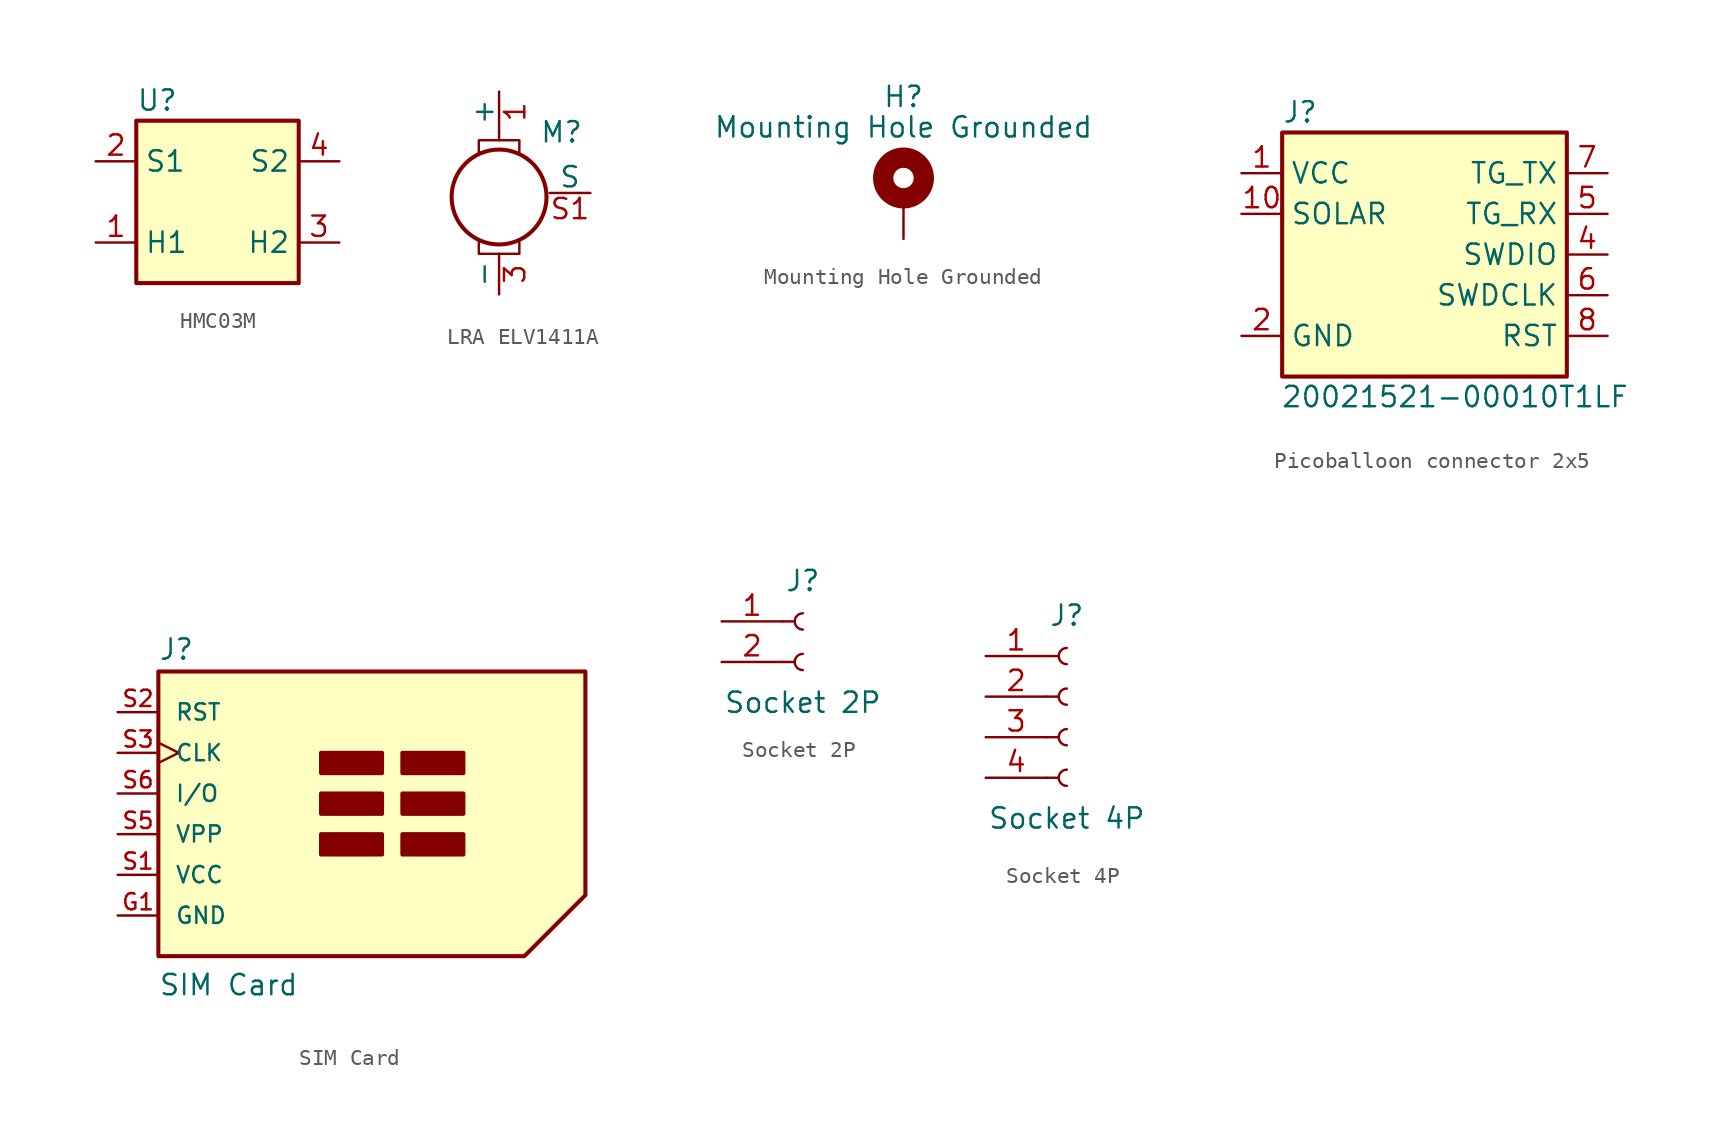
<source format=kicad_sym>
(kicad_symbol_lib
  (version 20231120)
  (generator "kicad_symbol_editor")
  (generator_version "8.0")
  (symbol "HMC03M"
    (property "Reference" "U"
      (at -5.08 6.35 0)
      (effects (font (size 1.27 1.27)) (justify left)))
    (property "Value" ""
      (at 0 0 0)
      (effects (font (size 1.27 1.27))))
    (symbol "HMC03M_1_1"
      (rectangle (start -5.08 5.08) (end 5.08 -5.08) (stroke (width 0.254) (type default)) (fill (type background)))
      (pin power_in line (at -7.62 -2.54 0) (length 2.54) (name "H1" (effects (font (size 1.27 1.27)))) (number "1" (effects (font (size 1.27 1.27)))))
      (pin passive line (at -7.62 2.54 0) (length 2.54) (name "S1" (effects (font (size 1.27 1.27)))) (number "2" (effects (font (size 1.27 1.27)))))
      (pin power_in line (at 7.62 -2.54 180) (length 2.54) (name "H2" (effects (font (size 1.27 1.27)))) (number "3" (effects (font (size 1.27 1.27)))))
      (pin passive line (at 7.62 2.54 180) (length 2.54) (name "S2" (effects (font (size 1.27 1.27)))) (number "4" (effects (font (size 1.27 1.27)))))))
  (symbol "LRA ELV1411A"
    (pin_names
      (offset 0))
    (property "Reference" "M"
      (at 2.54 2.54 0)
      (effects (font (size 1.27 1.27)) (justify left)))
    (symbol "LRA ELV1411A_0_0"
      (circle (center 0 -1.524) (radius 2.972) (stroke (width 0.254) (type default)) (fill (type none)))
      (polyline (pts (xy -1.27 -4.318) (xy -1.27 -5.08) (xy 1.27 -5.08) (xy 1.27 -4.318)) (stroke (width 0) (type default)) (fill (type none)))
      (polyline (pts (xy -1.27 1.27) (xy -1.27 2.032) (xy 1.27 2.032) (xy 1.27 1.27)) (stroke (width 0) (type default)) (fill (type none))))
    (symbol "LRA ELV1411A_0_1"
      (polyline (pts (xy 0 2.032) (xy 0 2.54)) (stroke (width 0) (type default)) (fill (type none))))
    (symbol "LRA ELV1411A_1_1"
      (pin passive line (at 0 5.08 270) (length 2.54) (name "+" (effects (font (size 1.27 1.27)))) (number "1" (effects (font (size 1.27 1.27)))))
      (pin passive line (at 0 5.08 270) (length 2.54) hide (name "+" (effects (font (size 1.27 1.27)))) (number "2" (effects (font (size 1.27 1.27)))))
      (pin passive line (at 0 -7.62 90) (length 2.54) (name "-" (effects (font (size 1.27 1.27)))) (number "3" (effects (font (size 1.27 1.27)))))
      (pin passive line (at 0 -7.62 90) (length 2.54) hide (name "-" (effects (font (size 1.27 1.27)))) (number "4" (effects (font (size 1.27 1.27)))))
      (pin passive line (at 5.715 -1.27 180) (length 2.54) (name "S" (effects (font (size 1.27 1.27)))) (number "S1" (effects (font (size 1.27 1.27)))))
      (pin passive line (at 5.715 -1.27 180) (length 2.54) hide (name "S" (effects (font (size 1.27 1.27)))) (number "S10" (effects (font (size 1.27 1.27)))))
      (pin passive line (at 5.715 -1.27 180) (length 2.54) hide (name "S" (effects (font (size 1.27 1.27)))) (number "S11" (effects (font (size 1.27 1.27)))))
      (pin passive line (at 5.715 -1.27 180) (length 2.54) hide (name "S" (effects (font (size 1.27 1.27)))) (number "S12" (effects (font (size 1.27 1.27)))))
      (pin passive line (at 5.715 -1.27 180) (length 2.54) hide (name "S" (effects (font (size 1.27 1.27)))) (number "S2" (effects (font (size 1.27 1.27)))))
      (pin passive line (at 5.715 -1.27 180) (length 2.54) hide (name "S" (effects (font (size 1.27 1.27)))) (number "S3" (effects (font (size 1.27 1.27)))))
      (pin passive line (at 5.715 -1.27 180) (length 2.54) hide (name "S" (effects (font (size 1.27 1.27)))) (number "S4" (effects (font (size 1.27 1.27)))))
      (pin passive line (at 5.715 -1.27 180) (length 2.54) hide (name "S" (effects (font (size 1.27 1.27)))) (number "S5" (effects (font (size 1.27 1.27)))))
      (pin passive line (at 5.715 -1.27 180) (length 2.54) hide (name "S" (effects (font (size 1.27 1.27)))) (number "S6" (effects (font (size 1.27 1.27)))))
      (pin passive line (at 5.715 -1.27 180) (length 2.54) hide (name "S" (effects (font (size 1.27 1.27)))) (number "S7" (effects (font (size 1.27 1.27)))))
      (pin passive line (at 5.715 -1.27 180) (length 2.54) hide (name "S" (effects (font (size 1.27 1.27)))) (number "S8" (effects (font (size 1.27 1.27)))))
      (pin passive line (at 5.715 -1.27 180) (length 2.54) hide (name "S" (effects (font (size 1.27 1.27)))) (number "S9" (effects (font (size 1.27 1.27)))))))
  (symbol "Mounting Hole Grounded"
    (pin_numbers hide)
    (pin_names
      (offset 1.016) hide)
    (property "Reference" "H"
      (at 0 6.35 0)
      (effects (font (size 1.27 1.27))))
    (property "Value" "Mounting Hole Grounded"
      (at 0 4.445 0)
      (effects (font (size 1.27 1.27))))
    (symbol "Mounting Hole Grounded_0_1"
      (circle (center 0 1.27) (radius 1.27) (stroke (width 1.27) (type default)) (fill (type none))))
    (symbol "Mounting Hole Grounded_1_1"
      (pin input line (at 0 -2.54 90) (length 2.54) (name "1" (effects (font (size 1.27 1.27)))) (number "1" (effects (font (size 1.27 1.27)))))))
  (symbol "Picoballoon connector 2x5"
    (property "Reference" "J"
      (at -8.89 8.89 0)
      (do_not_autoplace)
      (effects (font (size 1.27 1.27)) (justify left)))
    (property "Value" "20021521-00010T1LF"
      (at 1.905 -8.89 0)
      (do_not_autoplace)
      (effects (font (size 1.27 1.27))))
    (symbol "Picoballoon connector 2x5_1_1"
      (rectangle (start -8.89 7.62) (end 8.89 -7.62) (stroke (width 0.254) (type default)) (fill (type background)))
      (pin power_in line (at -11.43 5.08 0) (length 2.54) (name "VCC" (effects (font (size 1.27 1.27)))) (number "1" (effects (font (size 1.27 1.27)))))
      (pin power_in line (at -11.43 2.54 0) (length 2.54) (name "SOLAR" (effects (font (size 1.27 1.27)))) (number "10" (effects (font (size 1.27 1.27)))))
      (pin passive line (at -11.43 -5.08 0) (length 2.54) (name "GND" (effects (font (size 1.27 1.27)))) (number "2" (effects (font (size 1.27 1.27)))))
      (pin passive line (at -11.43 -5.08 0) (length 2.54) hide (name "GND" (effects (font (size 1.27 1.27)))) (number "3" (effects (font (size 1.27 1.27)))))
      (pin bidirectional line (at 11.43 0 180) (length 2.54) (name "SWDIO" (effects (font (size 1.27 1.27)))) (number "4" (effects (font (size 1.27 1.27)))))
      (pin output line (at 11.43 2.54 180) (length 2.54) (name "TG_RX" (effects (font (size 1.27 1.27)))) (number "5" (effects (font (size 1.27 1.27)))))
      (pin input line (at 11.43 -2.54 180) (length 2.54) (name "SWDCLK" (effects (font (size 1.27 1.27)))) (number "6" (effects (font (size 1.27 1.27)))))
      (pin input line (at 11.43 5.08 180) (length 2.54) (name "TG_TX" (effects (font (size 1.27 1.27)))) (number "7" (effects (font (size 1.27 1.27)))))
      (pin input line (at 11.43 -5.08 180) (length 2.54) (name "RST" (effects (font (size 1.27 1.27)))) (number "8" (effects (font (size 1.27 1.27)))))
      (pin passive line (at -11.43 -5.08 0) (length 2.54) hide (name "GND" (effects (font (size 1.27 1.27)))) (number "9" (effects (font (size 1.27 1.27)))))))
  (symbol "SIM Card"
    (pin_names
      (offset 1.016))
    (property "Reference" "J"
      (at -12.7 9.525 0)
      (do_not_autoplace)
      (effects (font (size 1.27 1.27)) (justify left bottom)))
    (property "Value" "SIM Card"
      (at -12.7 -11.43 0)
      (do_not_autoplace)
      (effects (font (size 1.27 1.27)) (justify left bottom)))
    (symbol "SIM Card_0_0"
      (pin power_in line (at -15.24 -6.35 0) (length 2.54) (name "GND" (effects (font (size 1.016 1.016)))) (number "G1" (effects (font (size 1.016 1.016)))))
      (pin power_in line (at -15.24 -6.35 0) (length 2.54) hide (name "GND" (effects (font (size 1.016 1.016)))) (number "G2" (effects (font (size 1.016 1.016)))))
      (pin power_in line (at -15.24 -6.35 0) (length 2.54) hide (name "GND" (effects (font (size 1.016 1.016)))) (number "G3" (effects (font (size 1.016 1.016)))))
      (pin power_in line (at -15.24 -6.35 0) (length 2.54) hide (name "GND" (effects (font (size 1.016 1.016)))) (number "G4" (effects (font (size 1.016 1.016)))))
      (pin no_connect line (at -15.24 13.97 0) (length 2.54) hide (name "NC" (effects (font (size 1.016 1.016)))) (number "R1" (effects (font (size 1.016 1.016)))))
      (pin no_connect line (at -15.24 13.97 0) (length 2.54) hide (name "NC" (effects (font (size 1.016 1.016)))) (number "R2" (effects (font (size 1.016 1.016)))))
      (pin power_in line (at -15.24 -3.81 0) (length 2.54) (name "VCC" (effects (font (size 1.016 1.016)))) (number "S1" (effects (font (size 1.016 1.016)))))
      (pin input line (at -15.24 6.35 0) (length 2.54) (name "RST" (effects (font (size 1.016 1.016)))) (number "S2" (effects (font (size 1.016 1.016)))))
      (pin input clock (at -15.24 3.81 0) (length 2.54) (name "CLK" (effects (font (size 1.016 1.016)))) (number "S3" (effects (font (size 1.016 1.016)))))
      (pin power_in line (at -15.24 -6.35 0) (length 2.54) hide (name "GND" (effects (font (size 1.016 1.016)))) (number "S4" (effects (font (size 1.016 1.016)))))
      (pin power_in line (at -15.24 -1.27 0) (length 2.54) (name "VPP" (effects (font (size 1.016 1.016)))) (number "S5" (effects (font (size 1.016 1.016)))))
      (pin bidirectional line (at -15.24 1.27 0) (length 2.54) (name "I/O" (effects (font (size 1.016 1.016)))) (number "S6" (effects (font (size 1.016 1.016))))))
    (symbol "SIM Card_0_1"
      (rectangle (start -2.54 -2.54) (end 1.27 -1.27) (stroke (width 0.254) (type default)) (fill (type outline)))
      (rectangle (start -2.54 0) (end 1.27 1.27) (stroke (width 0.254) (type default)) (fill (type outline)))
      (rectangle (start -2.54 2.54) (end 1.27 3.81) (stroke (width 0.254) (type default)) (fill (type outline)))
      (polyline (pts (xy -12.7 8.89) (xy 13.97 8.89) (xy 13.97 -5.08) (xy 10.16 -8.89) (xy -12.7 -8.89) (xy -12.7 8.89)) (stroke (width 0.254) (type default)) (fill (type background)))
      (rectangle (start 2.54 -1.27) (end 6.35 -2.54) (stroke (width 0.254) (type default)) (fill (type outline)))
      (rectangle (start 2.54 0) (end 6.35 1.27) (stroke (width 0.254) (type default)) (fill (type outline)))
      (rectangle (start 2.54 2.54) (end 6.35 3.81) (stroke (width 0.254) (type default)) (fill (type outline)))))
  (symbol "Socket 2P"
    (pin_names
      (offset 1.016) hide)
    (property "Reference" "J"
      (at 0 2.54 0)
      (effects (font (size 1.27 1.27))))
    (property "Value" "Socket 2P"
      (at 0 -5.08 0)
      (effects (font (size 1.27 1.27))))
    (symbol "Socket 2P_1_1"
      (arc (start 0 -2.032) (mid -0.5058 -2.54) (end 0 -3.048) (stroke (width 0.1524) (type default)) (fill (type none)))
      (polyline (pts (xy -1.27 -2.54) (xy -0.508 -2.54)) (stroke (width 0.152) (type default)) (fill (type none)))
      (polyline (pts (xy -1.27 0) (xy -0.508 0)) (stroke (width 0.152) (type default)) (fill (type none)))
      (arc (start 0 0.508) (mid -0.5058 0) (end 0 -0.508) (stroke (width 0.1524) (type default)) (fill (type none)))
      (pin passive line (at -5.08 0 0) (length 3.81) (name "Pin_1" (effects (font (size 1.27 1.27)))) (number "1" (effects (font (size 1.27 1.27)))))
      (pin passive line (at -5.08 -2.54 0) (length 3.81) (name "Pin_2" (effects (font (size 1.27 1.27)))) (number "2" (effects (font (size 1.27 1.27)))))))
  (symbol "Socket 4P"
    (pin_names
      (offset 1.016) hide)
    (property "Reference" "J"
      (at 0 2.54 0)
      (effects (font (size 1.27 1.27))))
    (property "Value" "Socket 4P"
      (at 0 -10.16 0)
      (effects (font (size 1.27 1.27))))
    (symbol "Socket 4P_1_1"
      (arc (start 0 -7.112) (mid -0.5058 -7.62) (end 0 -8.128) (stroke (width 0.1524) (type default)) (fill (type none)))
      (arc (start 0 -4.572) (mid -0.5058 -5.08) (end 0 -5.588) (stroke (width 0.1524) (type default)) (fill (type none)))
      (arc (start 0 -2.032) (mid -0.5058 -2.54) (end 0 -3.048) (stroke (width 0.1524) (type default)) (fill (type none)))
      (polyline (pts (xy -1.27 -7.62) (xy -0.508 -7.62)) (stroke (width 0.152) (type default)) (fill (type none)))
      (polyline (pts (xy -1.27 -5.08) (xy -0.508 -5.08)) (stroke (width 0.152) (type default)) (fill (type none)))
      (polyline (pts (xy -1.27 -2.54) (xy -0.508 -2.54)) (stroke (width 0.152) (type default)) (fill (type none)))
      (polyline (pts (xy -1.27 0) (xy -0.508 0)) (stroke (width 0.152) (type default)) (fill (type none)))
      (arc (start 0 0.508) (mid -0.5058 0) (end 0 -0.508) (stroke (width 0.1524) (type default)) (fill (type none)))
      (pin passive line (at -5.08 0 0) (length 3.81) (name "Pin_1" (effects (font (size 1.27 1.27)))) (number "1" (effects (font (size 1.27 1.27)))))
      (pin passive line (at -5.08 -2.54 0) (length 3.81) (name "Pin_2" (effects (font (size 1.27 1.27)))) (number "2" (effects (font (size 1.27 1.27)))))
      (pin passive line (at -5.08 -5.08 0) (length 3.81) (name "Pin_3" (effects (font (size 1.27 1.27)))) (number "3" (effects (font (size 1.27 1.27)))))
      (pin passive line (at -5.08 -7.62 0) (length 3.81) (name "Pin_4" (effects (font (size 1.27 1.27)))) (number "4" (effects (font (size 1.27 1.27)))))
      (pin no_connect line (at -5.08 5.08 0) (length 3.81) hide (name "S1" (effects (font (size 1.27 1.27)))) (number "S1" (effects (font (size 1.27 1.27)))))
      (pin no_connect line (at -5.08 5.08 0) (length 3.81) hide (name "S2" (effects (font (size 1.27 1.27)))) (number "S2" (effects (font (size 1.27 1.27))))))))
</source>
